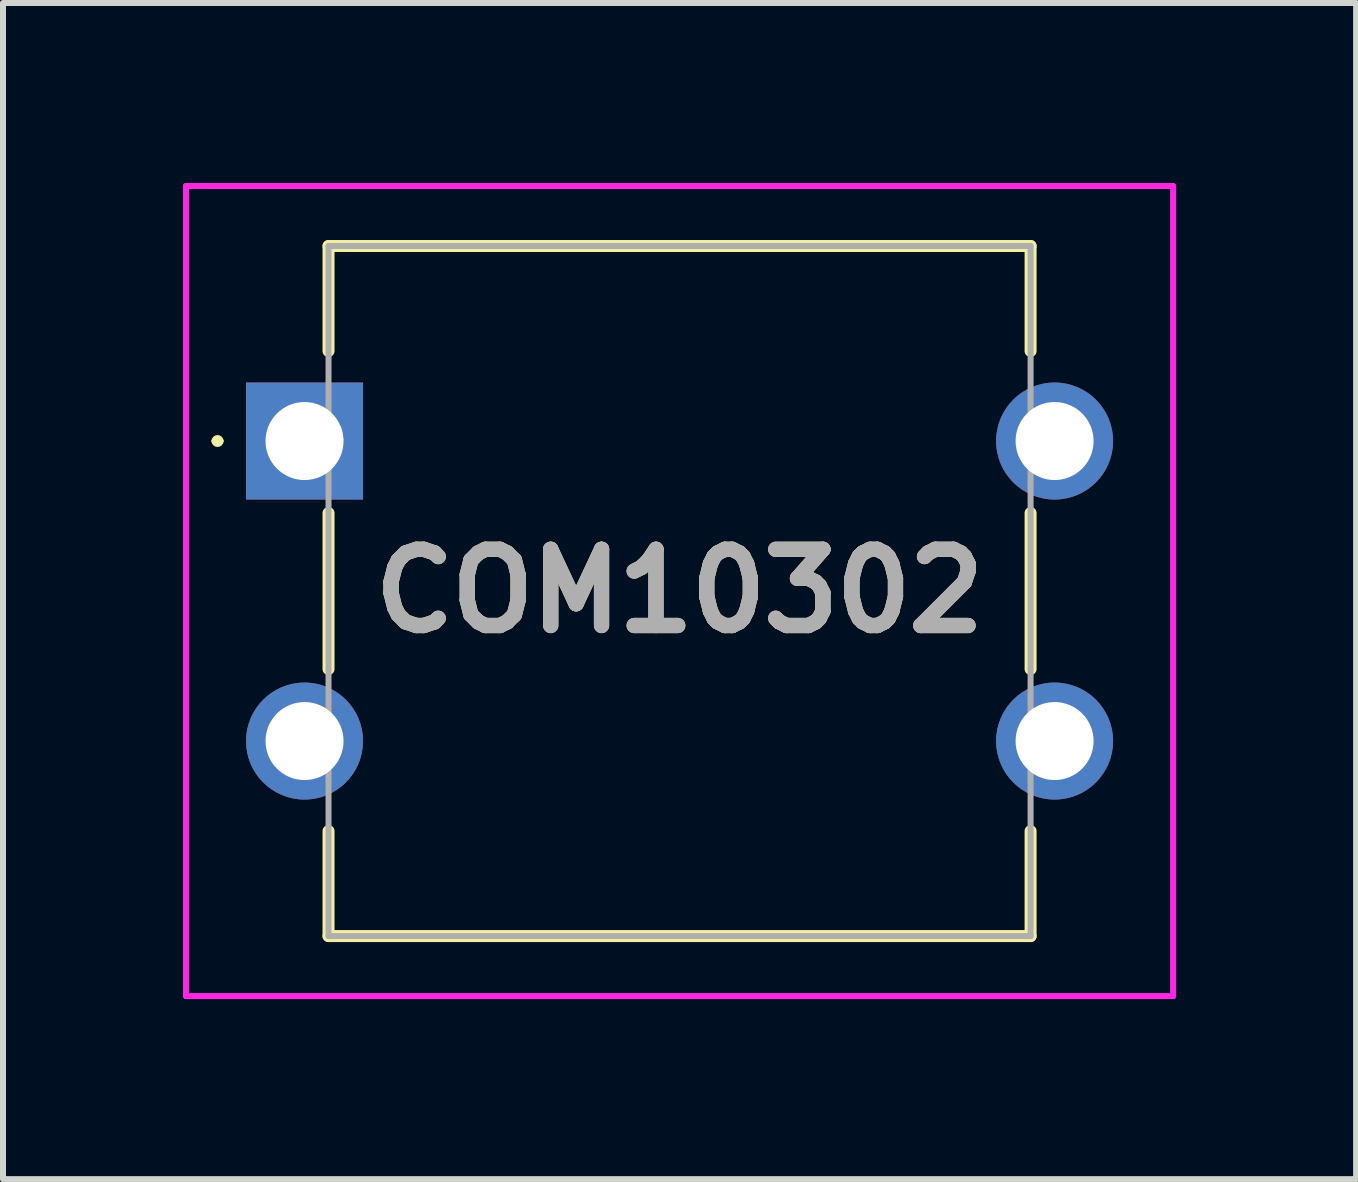
<source format=kicad_pcb>
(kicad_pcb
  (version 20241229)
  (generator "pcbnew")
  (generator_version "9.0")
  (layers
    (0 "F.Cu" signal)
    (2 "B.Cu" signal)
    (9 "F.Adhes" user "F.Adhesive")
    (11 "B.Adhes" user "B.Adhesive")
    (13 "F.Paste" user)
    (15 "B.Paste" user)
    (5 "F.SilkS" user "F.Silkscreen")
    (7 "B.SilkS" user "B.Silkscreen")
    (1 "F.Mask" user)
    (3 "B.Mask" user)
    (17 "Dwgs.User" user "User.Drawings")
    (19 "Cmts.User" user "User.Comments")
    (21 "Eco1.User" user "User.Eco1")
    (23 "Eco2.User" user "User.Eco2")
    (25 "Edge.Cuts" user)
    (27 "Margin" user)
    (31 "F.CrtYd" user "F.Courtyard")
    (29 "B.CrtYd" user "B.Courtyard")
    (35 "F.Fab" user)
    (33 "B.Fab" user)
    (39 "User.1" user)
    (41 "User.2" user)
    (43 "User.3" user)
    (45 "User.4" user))
  (footprint "COM10302"
    (layer "F.Cu")
    (at 2.025 4.3)
    (property "Reference" "COM10302" (at 6.25 2.5 0) (layer "F.SilkS") (effects (font (size 1.27 1.27) (thickness 0.254))))
    (attr through_hole)
    (fp_line (start -1.5 0) (end -1.5 0) (stroke (width 0.1) (type solid)) (layer "F.SilkS"))
    (fp_line (start -1.4 0) (end -1.4 0) (stroke (width 0.1) (type solid)) (layer "F.SilkS"))
    (fp_line (start 0.4 -3.25) (end 12.1 -3.25) (stroke (width 0.2) (type solid)) (layer "F.SilkS"))
    (fp_line (start 0.4 -1.5) (end 0.4 -3.25) (stroke (width 0.2) (type solid)) (layer "F.SilkS"))
    (fp_line (start 0.4 1.2) (end 0.4 3.8) (stroke (width 0.2) (type solid)) (layer "F.SilkS"))
    (fp_line (start 0.4 8.25) (end 0.4 6.5) (stroke (width 0.2) (type solid)) (layer "F.SilkS"))
    (fp_line (start 12.1 -3.25) (end 12.1 -1.5) (stroke (width 0.2) (type solid)) (layer "F.SilkS"))
    (fp_line (start 12.1 3.8) (end 12.1 1.2) (stroke (width 0.2) (type solid)) (layer "F.SilkS"))
    (fp_line (start 12.1 6.5) (end 12.1 8.25) (stroke (width 0.2) (type solid)) (layer "F.SilkS"))
    (fp_line (start 12.1 8.25) (end 0.4 8.25) (stroke (width 0.2) (type solid)) (layer "F.SilkS"))
    (fp_arc (start -1.5 0) (mid -1.45 -0.05) (end -1.4 0) (stroke (width 0.1) (type solid)) (layer "F.SilkS"))
    (fp_arc (start -1.4 0) (mid -1.45 0.05) (end -1.5 0) (stroke (width 0.1) (type solid)) (layer "F.SilkS"))
    (fp_line (start -1.975 -4.25) (end 14.475 -4.25) (stroke (width 0.1) (type solid)) (layer "F.CrtYd"))
    (fp_line (start -1.975 9.25) (end -1.975 -4.25) (stroke (width 0.1) (type solid)) (layer "F.CrtYd"))
    (fp_line (start 14.475 -4.25) (end 14.475 9.25) (stroke (width 0.1) (type solid)) (layer "F.CrtYd"))
    (fp_line (start 14.475 9.25) (end -1.975 9.25) (stroke (width 0.1) (type solid)) (layer "F.CrtYd"))
    (fp_line (start 0.4 -3.25) (end 12.1 -3.25) (stroke (width 0.1) (type solid)) (layer "F.Fab"))
    (fp_line (start 0.4 8.25) (end 0.4 -3.25) (stroke (width 0.1) (type solid)) (layer "F.Fab"))
    (fp_line (start 12.1 -3.25) (end 12.1 8.25) (stroke (width 0.1) (type solid)) (layer "F.Fab"))
    (fp_line (start 12.1 8.25) (end 0.4 8.25) (stroke (width 0.1) (type solid)) (layer "F.Fab"))
    (fp_text user "${REFERENCE}" (at 6.25 2.5 0) (layer "F.Fab") (effects (font (size 1.27 1.27) (thickness 0.254))))
    (pad "1" thru_hole rect (at 0 0) (size 1.95 1.95) (drill 1.3) (layers "*.Cu" "*.Mask"))
    (pad "2" thru_hole circle (at 12.5 0) (size 1.95 1.95) (drill 1.3) (layers "*.Cu" "*.Mask"))
    (pad "3" thru_hole circle (at 0 5) (size 1.95 1.95) (drill 1.3) (layers "*.Cu" "*.Mask"))
    (pad "4" thru_hole circle (at 12.5 5) (size 1.95 1.95) (drill 1.3) (layers "*.Cu" "*.Mask")))
  (gr_rect
    (start -3 -3)
    (end 19.55 16.6)
    (stroke (width 0.1) (type default))
    (fill no)
    (layer "Edge.Cuts")))
</source>
